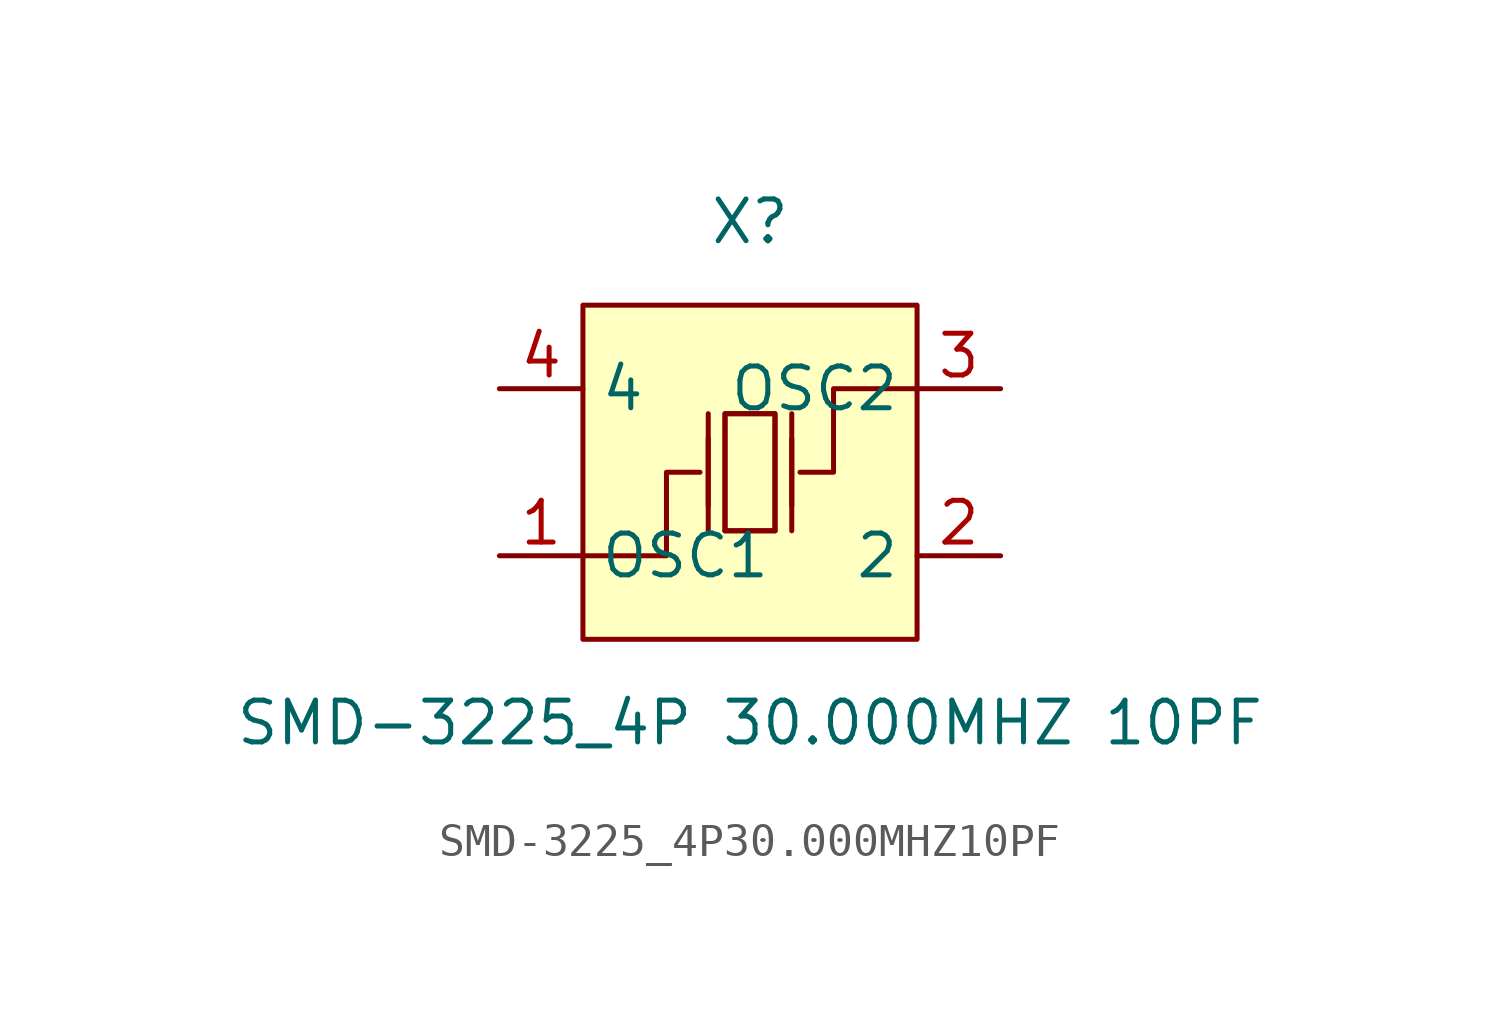
<source format=kicad_sym>
(kicad_symbol_lib
  (version 20211014)
  (generator https://github.com/uPesy/easyeda2kicad.py)
  (symbol "SMD-3225_4P30.000MHZ10PF"
    (property "Reference" "X"
      (at 0 7.62 0)
      (effects (font (size 1.27 1.27))))
    (property "Value" "SMD-3225_4P 30.000MHZ 10PF"
      (at 0 -7.62 0)
      (effects (font (size 1.27 1.27))))
    (symbol "SMD-3225_4P30.000MHZ10PF_0_1"
      (rectangle (start -5.08 5.08) (end 5.08 -5.08) (stroke (width 0) (type default) (color 0 0 0 0)) (fill (type background)))
      (polyline (pts (xy -1.27 -1.02) (xy -1.27 1.02)) (stroke (width 0) (type default) (color 0 0 0 0)) (fill (type none)))
      (polyline (pts (xy 0.76 -1.78) (xy -0.76 -1.78)) (stroke (width 0) (type default) (color 0 0 0 0)) (fill (type none)))
      (polyline (pts (xy 1.27 -1.02) (xy 1.27 1.02)) (stroke (width 0) (type default) (color 0 0 0 0)) (fill (type none)))
      (polyline (pts (xy -0.76 -1.78) (xy -0.76 1.78) (xy 0.76 1.78) (xy 0.76 -1.78)) (stroke (width 0) (type default) (color 0 0 0 0)) (fill (type none)))
      (polyline (pts (xy 5.08 2.54) (xy 2.54 2.54) (xy 2.54 -0.00) (xy 1.52 -0.00)) (stroke (width 0) (type default) (color 0 0 0 0)) (fill (type none)))
      (polyline (pts (xy -5.08 -2.54) (xy -2.54 -2.54) (xy -2.54 -0.00) (xy -1.52 -0.00)) (stroke (width 0) (type default) (color 0 0 0 0)) (fill (type none)))
      (polyline (pts (xy 1.27 -1.78) (xy 1.27 1.78)) (stroke (width 0) (type default) (color 0 0 0 0)) (fill (type none)))
      (polyline (pts (xy -1.27 -1.78) (xy -1.27 1.78)) (stroke (width 0) (type default) (color 0 0 0 0)) (fill (type none)))
      (polyline (pts (xy 0.76 1.78) (xy 0.76 -1.78) (xy -0.76 -1.78) (xy -0.76 1.78) (xy 0.76 1.78)) (stroke (width 0) (type default) (color 0 0 0 0)) (fill (type background)))
      (pin unspecified line (at -7.62 2.54 0) (length 2.54) (name "4" (effects (font (size 1.27 1.27)))) (number "4" (effects (font (size 1.27 1.27)))))
      (pin unspecified line (at 7.62 -2.54 180) (length 2.54) (name "2" (effects (font (size 1.27 1.27)))) (number "2" (effects (font (size 1.27 1.27)))))
      (pin unspecified line (at -7.62 -2.54 0) (length 2.54) (name "OSC1" (effects (font (size 1.27 1.27)))) (number "1" (effects (font (size 1.27 1.27)))))
      (pin unspecified line (at 7.62 2.54 180) (length 2.54) (name "OSC2" (effects (font (size 1.27 1.27)))) (number "3" (effects (font (size 1.27 1.27))))))))
</source>
